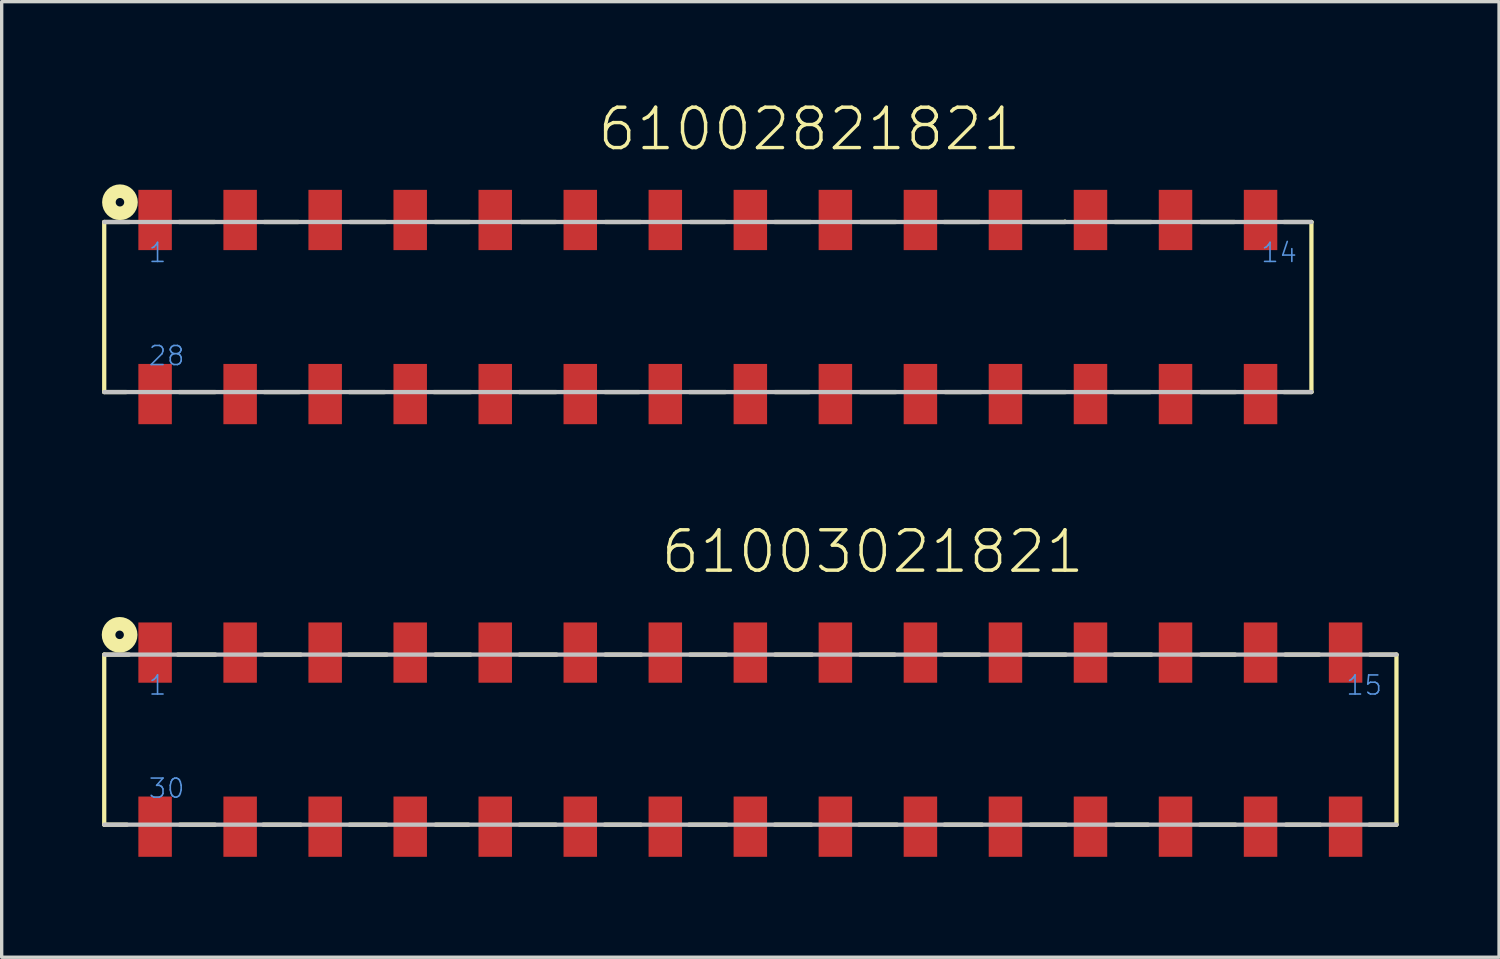
<source format=kicad_pcb>
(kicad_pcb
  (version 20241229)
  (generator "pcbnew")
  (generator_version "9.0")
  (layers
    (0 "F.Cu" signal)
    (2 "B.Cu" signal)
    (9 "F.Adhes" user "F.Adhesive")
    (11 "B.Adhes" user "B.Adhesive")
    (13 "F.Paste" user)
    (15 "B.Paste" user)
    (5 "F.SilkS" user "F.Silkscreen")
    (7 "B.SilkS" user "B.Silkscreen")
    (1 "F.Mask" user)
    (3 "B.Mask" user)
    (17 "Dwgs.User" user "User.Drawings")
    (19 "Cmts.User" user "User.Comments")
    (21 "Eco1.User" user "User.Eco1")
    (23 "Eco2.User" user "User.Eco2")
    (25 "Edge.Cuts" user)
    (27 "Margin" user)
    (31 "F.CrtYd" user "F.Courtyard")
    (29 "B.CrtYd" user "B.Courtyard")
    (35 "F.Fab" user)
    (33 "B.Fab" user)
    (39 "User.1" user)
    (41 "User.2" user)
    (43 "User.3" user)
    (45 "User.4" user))
  (footprint "61003021821"
    (layer "F.Cu")
    (at 19.363 19.043)
    (property "Reference" "61003021821" (at -2.73 -4.91 0) (layer "F.SilkS") (effects (font (size 1.206 1.206) (thickness 0.102)) (justify left bottom)))
    (attr through_hole)
    (fp_line (start -19.3 -2.54) (end -19.3 2.54) (stroke (width 0.127) (type solid)) (layer "F.SilkS"))
    (fp_line (start -18.62 2.54) (end -19.3 2.54) (stroke (width 0.127) (type solid)) (layer "F.SilkS"))
    (fp_line (start -18.56 -2.54) (end -19.3 -2.54) (stroke (width 0.127) (type solid)) (layer "F.SilkS"))
    (fp_line (start -17.1 -2.54) (end -15.98 -2.54) (stroke (width 0.127) (type solid)) (layer "F.SilkS"))
    (fp_line (start -17.04 2.54) (end -15.99 2.54) (stroke (width 0.127) (type solid)) (layer "F.SilkS"))
    (fp_line (start -14.55 2.54) (end -13.43 2.54) (stroke (width 0.127) (type solid)) (layer "F.SilkS"))
    (fp_line (start -14.51 -2.54) (end -13.43 -2.54) (stroke (width 0.127) (type solid)) (layer "F.SilkS"))
    (fp_line (start -11.99 -2.54) (end -10.86 -2.54) (stroke (width 0.127) (type solid)) (layer "F.SilkS"))
    (fp_line (start -11.97 2.54) (end -10.87 2.54) (stroke (width 0.127) (type solid)) (layer "F.SilkS"))
    (fp_line (start -9.41 -2.54) (end -8.36 -2.54) (stroke (width 0.127) (type solid)) (layer "F.SilkS"))
    (fp_line (start -9.4 2.54) (end -8.42 2.54) (stroke (width 0.127) (type solid)) (layer "F.SilkS"))
    (fp_line (start -6.89 -2.54) (end -5.79 -2.54) (stroke (width 0.127) (type solid)) (layer "F.SilkS"))
    (fp_line (start -6.89 2.54) (end -5.81 2.54) (stroke (width 0.127) (type solid)) (layer "F.SilkS"))
    (fp_line (start -4.35 2.54) (end -3.27 2.54) (stroke (width 0.127) (type solid)) (layer "F.SilkS"))
    (fp_line (start -4.33 -2.54) (end -3.26 -2.54) (stroke (width 0.127) (type solid)) (layer "F.SilkS"))
    (fp_line (start -1.83 2.54) (end -0.71 2.54) (stroke (width 0.127) (type solid)) (layer "F.SilkS"))
    (fp_line (start -1.8 -2.54) (end -0.72 -2.54) (stroke (width 0.127) (type solid)) (layer "F.SilkS"))
    (fp_line (start 0.73 2.54) (end 1.82 2.54) (stroke (width 0.127) (type solid)) (layer "F.SilkS"))
    (fp_line (start 0.74 -2.54) (end 1.84 -2.54) (stroke (width 0.127) (type solid)) (layer "F.SilkS"))
    (fp_line (start 3.25 2.54) (end 4.38 2.54) (stroke (width 0.127) (type solid)) (layer "F.SilkS"))
    (fp_line (start 3.28 -2.54) (end 4.31 -2.54) (stroke (width 0.127) (type solid)) (layer "F.SilkS"))
    (fp_line (start 5.79 -2.54) (end 6.84 -2.54) (stroke (width 0.127) (type solid)) (layer "F.SilkS"))
    (fp_line (start 5.8 2.54) (end 6.92 2.54) (stroke (width 0.127) (type solid)) (layer "F.SilkS"))
    (fp_line (start 8.34 -2.54) (end 9.42 -2.54) (stroke (width 0.127) (type solid)) (layer "F.SilkS"))
    (fp_line (start 8.37 2.54) (end 9.43 2.54) (stroke (width 0.127) (type solid)) (layer "F.SilkS"))
    (fp_line (start 10.88 -2.54) (end 11.98 -2.54) (stroke (width 0.127) (type solid)) (layer "F.SilkS"))
    (fp_line (start 10.92 2.54) (end 11.88 2.54) (stroke (width 0.127) (type solid)) (layer "F.SilkS"))
    (fp_line (start 13.43 2.54) (end 14.49 2.54) (stroke (width 0.127) (type solid)) (layer "F.SilkS"))
    (fp_line (start 13.46 -2.54) (end 14.48 -2.54) (stroke (width 0.127) (type solid)) (layer "F.SilkS"))
    (fp_line (start 15.98 -2.54) (end 16.99 -2.54) (stroke (width 0.127) (type solid)) (layer "F.SilkS"))
    (fp_line (start 16 2.54) (end 17.02 2.54) (stroke (width 0.127) (type solid)) (layer "F.SilkS"))
    (fp_line (start 18.49 2.54) (end 19.3 2.54) (stroke (width 0.127) (type solid)) (layer "F.SilkS"))
    (fp_line (start 18.51 -2.54) (end 19.3 -2.54) (stroke (width 0.127) (type solid)) (layer "F.SilkS"))
    (fp_line (start 19.3 2.54) (end 19.3 -2.54) (stroke (width 0.127) (type solid)) (layer "F.SilkS"))
    (fp_circle (center -18.84 -3.13) (end -18.713 -3.13) (stroke (width 0.406) (type solid)) (fill no) (layer "F.SilkS"))
    (fp_line (start -19.3 2.54) (end 19.3 2.54) (stroke (width 0.127) (type solid)) (layer "Dwgs.User"))
    (fp_line (start 19.3 -2.54) (end -19.3 -2.54) (stroke (width 0.127) (type solid)) (layer "Dwgs.User"))
    (fp_text user "1" (at -18.01 -1.29 0) (layer "Cmts.User") (effects (font (size 0.57 0.57) (thickness 0.048)) (justify left bottom)))
    (fp_text user "15" (at 17.76 -1.29 0) (layer "Cmts.User") (effects (font (size 0.57 0.57) (thickness 0.048)) (justify left bottom)))
    (fp_text user "30" (at -18.01 1.79 0) (layer "Cmts.User") (effects (font (size 0.57 0.57) (thickness 0.048)) (justify left bottom)))
    (pad "1" smd rect (at -17.78 -2.6) (size 1 1.8) (layers "F.Cu" "F.Mask" "F.Paste"))
    (pad "2" smd rect (at -15.24 -2.6) (size 1 1.8) (layers "F.Cu" "F.Mask" "F.Paste"))
    (pad "3" smd rect (at -12.7 -2.6) (size 1 1.8) (layers "F.Cu" "F.Mask" "F.Paste"))
    (pad "4" smd rect (at -10.16 -2.6) (size 1 1.8) (layers "F.Cu" "F.Mask" "F.Paste"))
    (pad "5" smd rect (at -7.62 -2.6) (size 1 1.8) (layers "F.Cu" "F.Mask" "F.Paste"))
    (pad "6" smd rect (at -5.08 -2.6) (size 1 1.8) (layers "F.Cu" "F.Mask" "F.Paste"))
    (pad "7" smd rect (at -2.54 -2.6) (size 1 1.8) (layers "F.Cu" "F.Mask" "F.Paste"))
    (pad "8" smd rect (at 0 -2.6) (size 1 1.8) (layers "F.Cu" "F.Mask" "F.Paste"))
    (pad "9" smd rect (at 2.54 -2.6) (size 1 1.8) (layers "F.Cu" "F.Mask" "F.Paste"))
    (pad "10" smd rect (at 5.08 -2.6) (size 1 1.8) (layers "F.Cu" "F.Mask" "F.Paste"))
    (pad "11" smd rect (at 7.62 -2.6) (size 1 1.8) (layers "F.Cu" "F.Mask" "F.Paste"))
    (pad "12" smd rect (at 10.16 -2.6) (size 1 1.8) (layers "F.Cu" "F.Mask" "F.Paste"))
    (pad "13" smd rect (at 12.7 -2.6) (size 1 1.8) (layers "F.Cu" "F.Mask" "F.Paste"))
    (pad "14" smd rect (at 15.24 -2.6) (size 1 1.8) (layers "F.Cu" "F.Mask" "F.Paste"))
    (pad "15" smd rect (at 17.78 -2.6) (size 1 1.8) (layers "F.Cu" "F.Mask" "F.Paste"))
    (pad "16" smd rect (at 17.78 2.6) (size 1 1.8) (layers "F.Cu" "F.Mask" "F.Paste"))
    (pad "17" smd rect (at 15.24 2.6) (size 1 1.8) (layers "F.Cu" "F.Mask" "F.Paste"))
    (pad "18" smd rect (at 12.7 2.6) (size 1 1.8) (layers "F.Cu" "F.Mask" "F.Paste"))
    (pad "19" smd rect (at 10.16 2.6) (size 1 1.8) (layers "F.Cu" "F.Mask" "F.Paste"))
    (pad "20" smd rect (at 7.62 2.6) (size 1 1.8) (layers "F.Cu" "F.Mask" "F.Paste"))
    (pad "21" smd rect (at 5.08 2.6) (size 1 1.8) (layers "F.Cu" "F.Mask" "F.Paste"))
    (pad "22" smd rect (at 2.54 2.6) (size 1 1.8) (layers "F.Cu" "F.Mask" "F.Paste"))
    (pad "23" smd rect (at 0 2.6) (size 1 1.8) (layers "F.Cu" "F.Mask" "F.Paste"))
    (pad "24" smd rect (at -2.54 2.6) (size 1 1.8) (layers "F.Cu" "F.Mask" "F.Paste"))
    (pad "25" smd rect (at -5.08 2.6) (size 1 1.8) (layers "F.Cu" "F.Mask" "F.Paste"))
    (pad "26" smd rect (at -7.62 2.6) (size 1 1.8) (layers "F.Cu" "F.Mask" "F.Paste"))
    (pad "27" smd rect (at -10.16 2.6) (size 1 1.8) (layers "F.Cu" "F.Mask" "F.Paste"))
    (pad "28" smd rect (at -12.7 2.6) (size 1 1.8) (layers "F.Cu" "F.Mask" "F.Paste"))
    (pad "29" smd rect (at -15.24 2.6) (size 1 1.8) (layers "F.Cu" "F.Mask" "F.Paste"))
    (pad "30" smd rect (at -17.78 2.6) (size 1 1.8) (layers "F.Cu" "F.Mask" "F.Paste")))
  (footprint "61002821821"
    (layer "F.Cu")
    (at 18.093 6.121)
    (property "Reference" "61002821821" (at -3.35 -4.61 0) (layer "F.SilkS") (effects (font (size 1.206 1.206) (thickness 0.102)) (justify left bottom)))
    (attr through_hole)
    (fp_line (start -18.03 -2.54) (end -18.03 2.54) (stroke (width 0.127) (type solid)) (layer "F.SilkS"))
    (fp_line (start -17.37 2.54) (end -18.03 2.54) (stroke (width 0.127) (type solid)) (layer "F.SilkS"))
    (fp_line (start -17.27 -2.54) (end -18.03 -2.54) (stroke (width 0.127) (type solid)) (layer "F.SilkS"))
    (fp_line (start -15.79 -2.54) (end -14.73 -2.54) (stroke (width 0.127) (type solid)) (layer "F.SilkS"))
    (fp_line (start -15.79 2.54) (end -14.71 2.54) (stroke (width 0.127) (type solid)) (layer "F.SilkS"))
    (fp_line (start -13.25 -2.54) (end -12.23 -2.54) (stroke (width 0.127) (type solid)) (layer "F.SilkS"))
    (fp_line (start -13.25 2.54) (end -12.19 2.54) (stroke (width 0.127) (type solid)) (layer "F.SilkS"))
    (fp_line (start -10.71 2.54) (end -9.65 2.54) (stroke (width 0.127) (type solid)) (layer "F.SilkS"))
    (fp_line (start -10.69 -2.54) (end -9.62 -2.54) (stroke (width 0.127) (type solid)) (layer "F.SilkS"))
    (fp_line (start -8.18 2.54) (end -7.08 2.54) (stroke (width 0.127) (type solid)) (layer "F.SilkS"))
    (fp_line (start -8.15 -2.54) (end -7.11 -2.54) (stroke (width 0.127) (type solid)) (layer "F.SilkS"))
    (fp_line (start -5.63 2.54) (end -4.53 2.54) (stroke (width 0.127) (type solid)) (layer "F.SilkS"))
    (fp_line (start -5.58 -2.54) (end -4.54 -2.54) (stroke (width 0.127) (type solid)) (layer "F.SilkS"))
    (fp_line (start -3.07 2.54) (end -2.05 2.54) (stroke (width 0.127) (type solid)) (layer "F.SilkS"))
    (fp_line (start -3.06 -2.54) (end -2.01 -2.54) (stroke (width 0.127) (type solid)) (layer "F.SilkS"))
    (fp_line (start -0.55 2.54) (end 0.53 2.54) (stroke (width 0.127) (type solid)) (layer "F.SilkS"))
    (fp_line (start -0.52 -2.54) (end 0.52 -2.54) (stroke (width 0.127) (type solid)) (layer "F.SilkS"))
    (fp_line (start 2 -2.54) (end 3.07 -2.54) (stroke (width 0.127) (type solid)) (layer "F.SilkS"))
    (fp_line (start 2.01 2.54) (end 3.04 2.54) (stroke (width 0.127) (type solid)) (layer "F.SilkS"))
    (fp_line (start 4.55 2.54) (end 5.62 2.54) (stroke (width 0.127) (type solid)) (layer "F.SilkS"))
    (fp_line (start 4.56 -2.54) (end 5.62 -2.54) (stroke (width 0.127) (type solid)) (layer "F.SilkS"))
    (fp_line (start 7.06 -2.54) (end 8.12 -2.54) (stroke (width 0.127) (type solid)) (layer "F.SilkS"))
    (fp_line (start 7.09 2.54) (end 8.16 2.54) (stroke (width 0.127) (type solid)) (layer "F.SilkS"))
    (fp_line (start 9.62 2.54) (end 10.69 2.54) (stroke (width 0.127) (type solid)) (layer "F.SilkS"))
    (fp_line (start 9.64 -2.54) (end 10.67 -2.54) (stroke (width 0.127) (type solid)) (layer "F.SilkS"))
    (fp_line (start 10.67 -2.54) (end 10.67 -2.55) (stroke (width 0.127) (type solid)) (layer "F.SilkS"))
    (fp_line (start 12.14 2.54) (end 13.22 2.54) (stroke (width 0.127) (type solid)) (layer "F.SilkS"))
    (fp_line (start 12.16 -2.54) (end 13.24 -2.54) (stroke (width 0.127) (type solid)) (layer "F.SilkS"))
    (fp_line (start 14.72 -2.54) (end 15.73 -2.54) (stroke (width 0.127) (type solid)) (layer "F.SilkS"))
    (fp_line (start 14.72 2.54) (end 15.77 2.54) (stroke (width 0.127) (type solid)) (layer "F.SilkS"))
    (fp_line (start 17.21 -2.54) (end 18.03 -2.54) (stroke (width 0.127) (type solid)) (layer "F.SilkS"))
    (fp_line (start 17.21 2.54) (end 18.03 2.54) (stroke (width 0.127) (type solid)) (layer "F.SilkS"))
    (fp_line (start 18.03 2.54) (end 18.03 -2.54) (stroke (width 0.127) (type solid)) (layer "F.SilkS"))
    (fp_circle (center -17.56 -3.13) (end -17.433 -3.13) (stroke (width 0.406) (type solid)) (fill no) (layer "F.SilkS"))
    (fp_line (start -18.03 2.54) (end 18.03 2.54) (stroke (width 0.127) (type solid)) (layer "Dwgs.User"))
    (fp_line (start 18.03 -2.54) (end -18.03 -2.54) (stroke (width 0.127) (type solid)) (layer "Dwgs.User"))
    (fp_text user "1" (at -16.74 -1.29 0) (layer "Cmts.User") (effects (font (size 0.57 0.57) (thickness 0.048)) (justify left bottom)))
    (fp_text user "28" (at -16.74 1.79 0) (layer "Cmts.User") (effects (font (size 0.57 0.57) (thickness 0.048)) (justify left bottom)))
    (fp_text user "14" (at 16.49 -1.29 0) (layer "Cmts.User") (effects (font (size 0.57 0.57) (thickness 0.048)) (justify left bottom)))
    (pad "1" smd rect (at -16.51 -2.6) (size 1 1.8) (layers "F.Cu" "F.Mask" "F.Paste"))
    (pad "2" smd rect (at -13.97 -2.6) (size 1 1.8) (layers "F.Cu" "F.Mask" "F.Paste"))
    (pad "3" smd rect (at -11.43 -2.6) (size 1 1.8) (layers "F.Cu" "F.Mask" "F.Paste"))
    (pad "4" smd rect (at -8.89 -2.6) (size 1 1.8) (layers "F.Cu" "F.Mask" "F.Paste"))
    (pad "5" smd rect (at -6.35 -2.6) (size 1 1.8) (layers "F.Cu" "F.Mask" "F.Paste"))
    (pad "6" smd rect (at -3.81 -2.6) (size 1 1.8) (layers "F.Cu" "F.Mask" "F.Paste"))
    (pad "7" smd rect (at -1.27 -2.6) (size 1 1.8) (layers "F.Cu" "F.Mask" "F.Paste"))
    (pad "8" smd rect (at 1.27 -2.6) (size 1 1.8) (layers "F.Cu" "F.Mask" "F.Paste"))
    (pad "9" smd rect (at 3.81 -2.6) (size 1 1.8) (layers "F.Cu" "F.Mask" "F.Paste"))
    (pad "10" smd rect (at 6.35 -2.6) (size 1 1.8) (layers "F.Cu" "F.Mask" "F.Paste"))
    (pad "11" smd rect (at 8.89 -2.6) (size 1 1.8) (layers "F.Cu" "F.Mask" "F.Paste"))
    (pad "12" smd rect (at 11.43 -2.6) (size 1 1.8) (layers "F.Cu" "F.Mask" "F.Paste"))
    (pad "13" smd rect (at 13.97 -2.6) (size 1 1.8) (layers "F.Cu" "F.Mask" "F.Paste"))
    (pad "14" smd rect (at 16.51 -2.6) (size 1 1.8) (layers "F.Cu" "F.Mask" "F.Paste"))
    (pad "15" smd rect (at 16.51 2.6) (size 1 1.8) (layers "F.Cu" "F.Mask" "F.Paste"))
    (pad "16" smd rect (at 13.97 2.6) (size 1 1.8) (layers "F.Cu" "F.Mask" "F.Paste"))
    (pad "17" smd rect (at 11.43 2.6) (size 1 1.8) (layers "F.Cu" "F.Mask" "F.Paste"))
    (pad "18" smd rect (at 8.89 2.6) (size 1 1.8) (layers "F.Cu" "F.Mask" "F.Paste"))
    (pad "19" smd rect (at 6.35 2.6) (size 1 1.8) (layers "F.Cu" "F.Mask" "F.Paste"))
    (pad "20" smd rect (at 3.81 2.6) (size 1 1.8) (layers "F.Cu" "F.Mask" "F.Paste"))
    (pad "21" smd rect (at 1.27 2.6) (size 1 1.8) (layers "F.Cu" "F.Mask" "F.Paste"))
    (pad "22" smd rect (at -1.27 2.6) (size 1 1.8) (layers "F.Cu" "F.Mask" "F.Paste"))
    (pad "23" smd rect (at -3.81 2.6) (size 1 1.8) (layers "F.Cu" "F.Mask" "F.Paste"))
    (pad "24" smd rect (at -6.35 2.6) (size 1 1.8) (layers "F.Cu" "F.Mask" "F.Paste"))
    (pad "25" smd rect (at -8.89 2.6) (size 1 1.8) (layers "F.Cu" "F.Mask" "F.Paste"))
    (pad "26" smd rect (at -11.43 2.6) (size 1 1.8) (layers "F.Cu" "F.Mask" "F.Paste"))
    (pad "27" smd rect (at -13.97 2.6) (size 1 1.8) (layers "F.Cu" "F.Mask" "F.Paste"))
    (pad "28" smd rect (at -16.51 2.6) (size 1 1.8) (layers "F.Cu" "F.Mask" "F.Paste")))
  (gr_rect
    (start -3 -3)
    (end 41.727 25.543)
    (stroke (width 0.1) (type default))
    (fill no)
    (layer "Edge.Cuts")))
</source>
